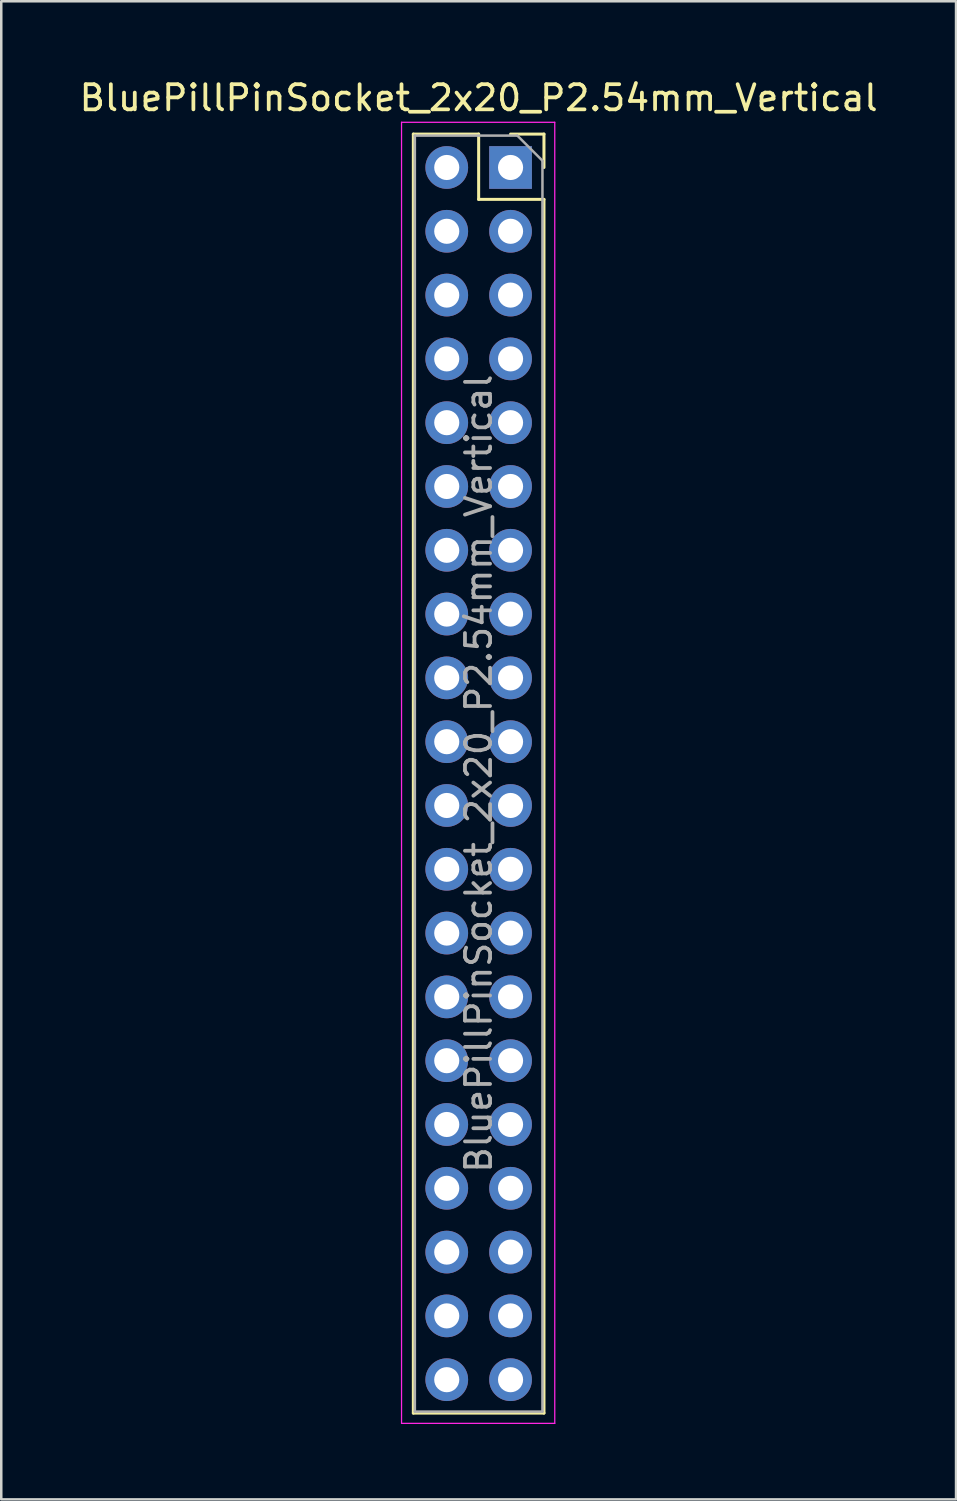
<source format=kicad_pcb>
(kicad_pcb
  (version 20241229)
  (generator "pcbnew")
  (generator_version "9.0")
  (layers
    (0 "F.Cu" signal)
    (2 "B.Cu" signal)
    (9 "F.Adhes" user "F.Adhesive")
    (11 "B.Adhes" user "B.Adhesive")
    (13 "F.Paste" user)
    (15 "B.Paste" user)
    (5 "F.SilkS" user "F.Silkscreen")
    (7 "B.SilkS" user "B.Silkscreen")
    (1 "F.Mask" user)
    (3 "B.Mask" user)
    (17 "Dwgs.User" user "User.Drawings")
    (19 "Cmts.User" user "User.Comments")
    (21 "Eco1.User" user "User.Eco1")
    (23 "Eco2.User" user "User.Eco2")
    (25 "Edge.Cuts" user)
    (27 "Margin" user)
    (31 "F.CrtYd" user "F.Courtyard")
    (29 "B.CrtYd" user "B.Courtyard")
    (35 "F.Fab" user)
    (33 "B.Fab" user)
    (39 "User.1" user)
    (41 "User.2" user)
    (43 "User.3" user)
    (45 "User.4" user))
  (footprint "BluePillPinSocket_2x20_P2.54mm_Vertical"
    (layer "F.Cu")
    (at 17.276 3.618)
    (property "Reference" "BluePillPinSocket_2x20_P2.54mm_Vertical" (at -1.27 -2.77 0) (layer "F.SilkS") (effects (font (size 1 1) (thickness 0.15))))
    (attr through_hole)
    (fp_line (start -3.87 -1.33) (end -3.87 49.59) (stroke (width 0.12) (type solid)) (layer "F.SilkS"))
    (fp_line (start -3.87 -1.33) (end -1.27 -1.33) (stroke (width 0.12) (type solid)) (layer "F.SilkS"))
    (fp_line (start -3.87 49.59) (end 1.33 49.59) (stroke (width 0.12) (type solid)) (layer "F.SilkS"))
    (fp_line (start -1.27 -1.33) (end -1.27 1.27) (stroke (width 0.12) (type solid)) (layer "F.SilkS"))
    (fp_line (start -1.27 1.27) (end 1.33 1.27) (stroke (width 0.12) (type solid)) (layer "F.SilkS"))
    (fp_line (start 0 -1.33) (end 1.33 -1.33) (stroke (width 0.12) (type solid)) (layer "F.SilkS"))
    (fp_line (start 1.33 -1.33) (end 1.33 0) (stroke (width 0.12) (type solid)) (layer "F.SilkS"))
    (fp_line (start 1.33 1.27) (end 1.33 49.59) (stroke (width 0.12) (type solid)) (layer "F.SilkS"))
    (fp_line (start -4.34 -1.8) (end 1.76 -1.8) (stroke (width 0.05) (type solid)) (layer "F.CrtYd"))
    (fp_line (start -4.34 50) (end -4.34 -1.8) (stroke (width 0.05) (type solid)) (layer "F.CrtYd"))
    (fp_line (start 1.76 -1.8) (end 1.76 50) (stroke (width 0.05) (type solid)) (layer "F.CrtYd"))
    (fp_line (start 1.76 50) (end -4.34 50) (stroke (width 0.05) (type solid)) (layer "F.CrtYd"))
    (fp_line (start -3.81 -1.27) (end 0.27 -1.27) (stroke (width 0.1) (type solid)) (layer "F.Fab"))
    (fp_line (start -3.81 49.53) (end -3.81 -1.27) (stroke (width 0.1) (type solid)) (layer "F.Fab"))
    (fp_line (start 0.27 -1.27) (end 1.27 -0.27) (stroke (width 0.1) (type solid)) (layer "F.Fab"))
    (fp_line (start 1.27 -0.27) (end 1.27 49.53) (stroke (width 0.1) (type solid)) (layer "F.Fab"))
    (fp_line (start 1.27 49.53) (end -3.81 49.53) (stroke (width 0.1) (type solid)) (layer "F.Fab"))
    (fp_text user "${REFERENCE}" (at -1.27 24.13 90) (layer "F.Fab") (effects (font (size 1 1) (thickness 0.15))))
    (pad "1" thru_hole rect (at 0 0) (size 1.7 1.7) (drill 1) (layers "*.Cu" "*.Mask"))
    (pad "2" thru_hole oval (at 0 2.54) (size 1.7 1.7) (drill 1) (layers "*.Cu" "*.Mask"))
    (pad "3" thru_hole oval (at 0 5.08) (size 1.7 1.7) (drill 1) (layers "*.Cu" "*.Mask"))
    (pad "4" thru_hole oval (at 0 7.62) (size 1.7 1.7) (drill 1) (layers "*.Cu" "*.Mask"))
    (pad "5" thru_hole oval (at 0 10.16) (size 1.7 1.7) (drill 1) (layers "*.Cu" "*.Mask"))
    (pad "6" thru_hole oval (at 0 12.7) (size 1.7 1.7) (drill 1) (layers "*.Cu" "*.Mask"))
    (pad "7" thru_hole oval (at 0 15.24) (size 1.7 1.7) (drill 1) (layers "*.Cu" "*.Mask"))
    (pad "8" thru_hole oval (at 0 17.78) (size 1.7 1.7) (drill 1) (layers "*.Cu" "*.Mask"))
    (pad "9" thru_hole oval (at 0 20.32) (size 1.7 1.7) (drill 1) (layers "*.Cu" "*.Mask"))
    (pad "10" thru_hole oval (at 0 22.86) (size 1.7 1.7) (drill 1) (layers "*.Cu" "*.Mask"))
    (pad "11" thru_hole oval (at 0 25.4) (size 1.7 1.7) (drill 1) (layers "*.Cu" "*.Mask"))
    (pad "12" thru_hole oval (at 0 27.94) (size 1.7 1.7) (drill 1) (layers "*.Cu" "*.Mask"))
    (pad "13" thru_hole oval (at 0 30.48) (size 1.7 1.7) (drill 1) (layers "*.Cu" "*.Mask"))
    (pad "14" thru_hole oval (at 0 33.02) (size 1.7 1.7) (drill 1) (layers "*.Cu" "*.Mask"))
    (pad "15" thru_hole oval (at 0 35.56) (size 1.7 1.7) (drill 1) (layers "*.Cu" "*.Mask"))
    (pad "16" thru_hole oval (at 0 38.1) (size 1.7 1.7) (drill 1) (layers "*.Cu" "*.Mask"))
    (pad "17" thru_hole oval (at 0 40.64) (size 1.7 1.7) (drill 1) (layers "*.Cu" "*.Mask"))
    (pad "18" thru_hole oval (at 0 43.18) (size 1.7 1.7) (drill 1) (layers "*.Cu" "*.Mask"))
    (pad "19" thru_hole oval (at 0 45.72) (size 1.7 1.7) (drill 1) (layers "*.Cu" "*.Mask"))
    (pad "20" thru_hole oval (at 0 48.26) (size 1.7 1.7) (drill 1) (layers "*.Cu" "*.Mask"))
    (pad "21" thru_hole oval (at -2.54 48.26) (size 1.7 1.7) (drill 1) (layers "*.Cu" "*.Mask"))
    (pad "22" thru_hole oval (at -2.54 45.72) (size 1.7 1.7) (drill 1) (layers "*.Cu" "*.Mask"))
    (pad "23" thru_hole oval (at -2.54 43.18) (size 1.7 1.7) (drill 1) (layers "*.Cu" "*.Mask"))
    (pad "24" thru_hole oval (at -2.54 40.64) (size 1.7 1.7) (drill 1) (layers "*.Cu" "*.Mask"))
    (pad "25" thru_hole oval (at -2.54 38.1) (size 1.7 1.7) (drill 1) (layers "*.Cu" "*.Mask"))
    (pad "26" thru_hole oval (at -2.54 35.56) (size 1.7 1.7) (drill 1) (layers "*.Cu" "*.Mask"))
    (pad "27" thru_hole oval (at -2.54 33.02) (size 1.7 1.7) (drill 1) (layers "*.Cu" "*.Mask"))
    (pad "28" thru_hole oval (at -2.54 30.48) (size 1.7 1.7) (drill 1) (layers "*.Cu" "*.Mask"))
    (pad "29" thru_hole oval (at -2.54 27.94) (size 1.7 1.7) (drill 1) (layers "*.Cu" "*.Mask"))
    (pad "30" thru_hole oval (at -2.54 25.4) (size 1.7 1.7) (drill 1) (layers "*.Cu" "*.Mask"))
    (pad "31" thru_hole oval (at -2.54 22.86) (size 1.7 1.7) (drill 1) (layers "*.Cu" "*.Mask"))
    (pad "32" thru_hole oval (at -2.54 20.32) (size 1.7 1.7) (drill 1) (layers "*.Cu" "*.Mask"))
    (pad "33" thru_hole oval (at -2.54 17.78) (size 1.7 1.7) (drill 1) (layers "*.Cu" "*.Mask"))
    (pad "34" thru_hole oval (at -2.54 15.24) (size 1.7 1.7) (drill 1) (layers "*.Cu" "*.Mask"))
    (pad "35" thru_hole oval (at -2.54 12.7) (size 1.7 1.7) (drill 1) (layers "*.Cu" "*.Mask"))
    (pad "36" thru_hole oval (at -2.54 10.16) (size 1.7 1.7) (drill 1) (layers "*.Cu" "*.Mask"))
    (pad "37" thru_hole oval (at -2.54 7.62) (size 1.7 1.7) (drill 1) (layers "*.Cu" "*.Mask"))
    (pad "38" thru_hole oval (at -2.54 5.08) (size 1.7 1.7) (drill 1) (layers "*.Cu" "*.Mask"))
    (pad "39" thru_hole oval (at -2.54 2.54) (size 1.7 1.7) (drill 1) (layers "*.Cu" "*.Mask"))
    (pad "40" thru_hole oval (at -2.54 0) (size 1.7 1.7) (drill 1) (layers "*.Cu" "*.Mask")))
  (gr_rect
    (start -3 -3)
    (end 35.012 56.643)
    (stroke (width 0.1) (type default))
    (fill no)
    (layer "Edge.Cuts")))
</source>
